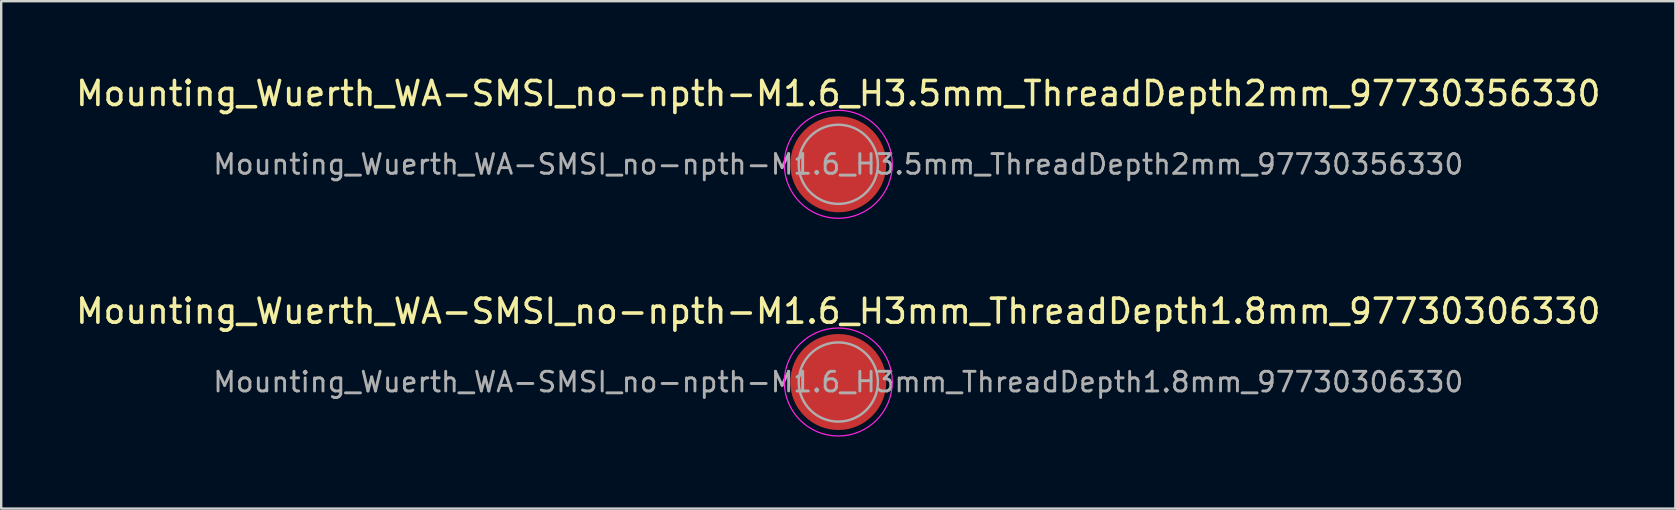
<source format=kicad_pcb>
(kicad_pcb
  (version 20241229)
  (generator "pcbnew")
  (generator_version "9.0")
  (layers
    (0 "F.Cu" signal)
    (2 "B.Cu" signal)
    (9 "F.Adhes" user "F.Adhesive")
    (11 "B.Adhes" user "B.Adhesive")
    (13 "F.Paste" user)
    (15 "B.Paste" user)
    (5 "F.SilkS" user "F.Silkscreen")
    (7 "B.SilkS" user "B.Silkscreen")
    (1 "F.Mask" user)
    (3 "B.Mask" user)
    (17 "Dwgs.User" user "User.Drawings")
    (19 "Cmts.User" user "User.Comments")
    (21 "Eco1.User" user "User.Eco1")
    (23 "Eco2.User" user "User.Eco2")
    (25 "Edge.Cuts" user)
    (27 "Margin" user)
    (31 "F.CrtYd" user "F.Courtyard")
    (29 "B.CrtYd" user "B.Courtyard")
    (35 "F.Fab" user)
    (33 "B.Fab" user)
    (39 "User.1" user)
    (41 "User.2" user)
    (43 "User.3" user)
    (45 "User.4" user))
  (footprint "Mounting_Wuerth_WA-SMSI_no-npth-M1.6_H3.5mm_ThreadDepth2mm_97730356330"
    (layer "F.Cu")
    (at 31.887 3.798)
    (property "Reference" "Mounting_Wuerth_WA-SMSI_no-npth-M1.6_H3.5mm_ThreadDepth2mm_97730356330" (at 0 -2.95 0) (layer "F.SilkS") (effects (font (size 1 1) (thickness 0.15))))
    (attr smd)
    (fp_circle (center 0 0) (end 2.25 0) (stroke (width 0.05) (type solid)) (fill no) (layer "F.CrtYd"))
    (fp_circle (center 0 0) (end 1.65 0) (stroke (width 0.1) (type solid)) (fill no) (layer "F.Fab"))
    (fp_text user "${REFERENCE}" (at 0 0 0) (layer "F.Fab") (effects (font (size 0.82 0.82) (thickness 0.12))))
    (pad "" smd custom (at -0.778 -0.778) (size 0.8 0.8) (layers "F.Paste") (options (anchor circle)) (primitives (gr_arc (start 0.465568 0.527817) (mid 0.494975 0.494974) (end 0.527818 0.465567) (width 0.2)) (gr_arc (start 0.344805 0.527817) (mid 0.424264 0.424264) (end 0.527818 0.344805) (width 0.2)) (gr_arc (start 0.232382 0.527817) (mid 0.353553 0.353553) (end 0.527817 0.232382) (width 0.2)) (gr_arc (start 0.123983 0.527817) (mid 0.282843 0.282842) (end 0.527818 0.123983) (width 0.2)) (gr_arc (start 0.017883 0.527817) (mid 0.212132 0.212132) (end 0.527817 0.017883) (width 0.2)) (gr_arc (start -0.086763 0.527817) (mid 0.141421 0.141421) (end 0.527817 -0.086763) (width 0.2)) (gr_arc (start -0.190428 0.527817) (mid 0.070711 0.070711) (end 0.527817 -0.190428) (width 0.2)) (gr_arc (start -0.293397 0.527817) (mid 0 0) (end 0.527817 -0.293397) (width 0.2)) (gr_arc (start -0.395852 0.527817) (mid -0.070711 -0.070711) (end 0.527817 -0.395852) (width 0.2)) (gr_arc (start -0.497918 0.527817) (mid -0.141422 -0.141422) (end 0.527817 -0.497918) (width 0.2)) (gr_arc (start -0.59968 0.527817) (mid -0.212132 -0.212132) (end 0.527817 -0.59968) (width 0.2)) (gr_arc (start -0.701202 0.527817) (mid -0.282843 -0.282843) (end 0.527817 -0.701202) (width 0.2)) (gr_arc (start -0.802531 0.527817) (mid -0.353554 -0.353554) (end 0.527817 -0.802531) (width 0.2)) (gr_arc (start -0.9037 0.527817) (mid -0.424264 -0.424264) (end 0.527817 -0.9037) (width 0.2)) (gr_arc (start -1.004737 0.527817) (mid -0.494975 -0.494975) (end 0.527817 -1.004737) (width 0.2)) (gr_line (start 0.528 0.466) (end 0.528 -1.005) (width 0.2)) (gr_line (start 0.466 0.528) (end -1.005 0.528) (width 0.2))))
    (pad "" smd custom (at -0.778 0.778) (size 0.8 0.8) (layers "F.Paste") (options (anchor circle)) (primitives (gr_arc (start 0.527817 -0.465568) (mid 0.494974 -0.494975) (end 0.465567 -0.527818) (width 0.2)) (gr_arc (start 0.527817 -0.344805) (mid 0.424264 -0.424264) (end 0.344805 -0.527818) (width 0.2)) (gr_arc (start 0.527817 -0.232382) (mid 0.353553 -0.353553) (end 0.232382 -0.527817) (width 0.2)) (gr_arc (start 0.527817 -0.123983) (mid 0.282842 -0.282843) (end 0.123983 -0.527818) (width 0.2)) (gr_arc (start 0.527817 -0.017883) (mid 0.212132 -0.212132) (end 0.017883 -0.527817) (width 0.2)) (gr_arc (start 0.527817 0.086763) (mid 0.141421 -0.141421) (end -0.086763 -0.527817) (width 0.2)) (gr_arc (start 0.527817 0.190428) (mid 0.070711 -0.070711) (end -0.190428 -0.527817) (width 0.2)) (gr_arc (start 0.527817 0.293397) (mid 0 0) (end -0.293397 -0.527817) (width 0.2)) (gr_arc (start 0.527817 0.395852) (mid -0.070711 0.070711) (end -0.395852 -0.527817) (width 0.2)) (gr_arc (start 0.527817 0.497918) (mid -0.141422 0.141422) (end -0.497918 -0.527817) (width 0.2)) (gr_arc (start 0.527817 0.59968) (mid -0.212132 0.212132) (end -0.59968 -0.527817) (width 0.2)) (gr_arc (start 0.527817 0.701202) (mid -0.282843 0.282843) (end -0.701202 -0.527817) (width 0.2)) (gr_arc (start 0.527817 0.802531) (mid -0.353554 0.353554) (end -0.802531 -0.527817) (width 0.2)) (gr_arc (start 0.527817 0.9037) (mid -0.424264 0.424264) (end -0.9037 -0.527817) (width 0.2)) (gr_arc (start 0.527817 1.004737) (mid -0.494975 0.494975) (end -1.004737 -0.527817) (width 0.2)) (gr_line (start 0.466 -0.528) (end -1.005 -0.528) (width 0.2)) (gr_line (start 0.528 -0.466) (end 0.528 1.005) (width 0.2))))
    (pad "" smd custom (at 0.778 -0.778) (size 0.8 0.8) (layers "F.Paste") (options (anchor circle)) (primitives (gr_arc (start -0.527817 0.465568) (mid -0.494974 0.494975) (end -0.465567 0.527818) (width 0.2)) (gr_arc (start -0.527817 0.344805) (mid -0.424264 0.424264) (end -0.344805 0.527818) (width 0.2)) (gr_arc (start -0.527817 0.232382) (mid -0.353553 0.353553) (end -0.232382 0.527817) (width 0.2)) (gr_arc (start -0.527817 0.123983) (mid -0.282842 0.282843) (end -0.123983 0.527818) (width 0.2)) (gr_arc (start -0.527817 0.017883) (mid -0.212132 0.212132) (end -0.017883 0.527817) (width 0.2)) (gr_arc (start -0.527817 -0.086763) (mid -0.141421 0.141421) (end 0.086763 0.527817) (width 0.2)) (gr_arc (start -0.527817 -0.190428) (mid -0.070711 0.070711) (end 0.190428 0.527817) (width 0.2)) (gr_arc (start -0.527817 -0.293397) (mid 0 0) (end 0.293397 0.527817) (width 0.2)) (gr_arc (start -0.527817 -0.395852) (mid 0.070711 -0.070711) (end 0.395852 0.527817) (width 0.2)) (gr_arc (start -0.527817 -0.497918) (mid 0.141422 -0.141422) (end 0.497918 0.527817) (width 0.2)) (gr_arc (start -0.527817 -0.59968) (mid 0.212132 -0.212132) (end 0.59968 0.527817) (width 0.2)) (gr_arc (start -0.527817 -0.701202) (mid 0.282843 -0.282843) (end 0.701202 0.527817) (width 0.2)) (gr_arc (start -0.527817 -0.802531) (mid 0.353554 -0.353554) (end 0.802531 0.527817) (width 0.2)) (gr_arc (start -0.527817 -0.9037) (mid 0.424264 -0.424264) (end 0.9037 0.527817) (width 0.2)) (gr_arc (start -0.527817 -1.004737) (mid 0.494975 -0.494975) (end 1.004737 0.527817) (width 0.2)) (gr_line (start -0.466 0.528) (end 1.005 0.528) (width 0.2)) (gr_line (start -0.528 0.466) (end -0.528 -1.005) (width 0.2))))
    (pad "" smd custom (at 0.778 0.778) (size 0.8 0.8) (layers "F.Paste") (options (anchor circle)) (primitives (gr_arc (start -0.465568 -0.527817) (mid -0.494975 -0.494974) (end -0.527818 -0.465567) (width 0.2)) (gr_arc (start -0.344805 -0.527817) (mid -0.424264 -0.424264) (end -0.527818 -0.344805) (width 0.2)) (gr_arc (start -0.232382 -0.527817) (mid -0.353553 -0.353553) (end -0.527817 -0.232382) (width 0.2)) (gr_arc (start -0.123983 -0.527817) (mid -0.282843 -0.282842) (end -0.527818 -0.123983) (width 0.2)) (gr_arc (start -0.017883 -0.527817) (mid -0.212132 -0.212132) (end -0.527817 -0.017883) (width 0.2)) (gr_arc (start 0.086763 -0.527817) (mid -0.141421 -0.141421) (end -0.527817 0.086763) (width 0.2)) (gr_arc (start 0.190428 -0.527817) (mid -0.070711 -0.070711) (end -0.527817 0.190428) (width 0.2)) (gr_arc (start 0.293397 -0.527817) (mid 0 0) (end -0.527817 0.293397) (width 0.2)) (gr_arc (start 0.395852 -0.527817) (mid 0.070711 0.070711) (end -0.527817 0.395852) (width 0.2)) (gr_arc (start 0.497918 -0.527817) (mid 0.141422 0.141422) (end -0.527817 0.497918) (width 0.2)) (gr_arc (start 0.59968 -0.527817) (mid 0.212132 0.212132) (end -0.527817 0.59968) (width 0.2)) (gr_arc (start 0.701202 -0.527817) (mid 0.282843 0.282843) (end -0.527817 0.701202) (width 0.2)) (gr_arc (start 0.802531 -0.527817) (mid 0.353554 0.353554) (end -0.527817 0.802531) (width 0.2)) (gr_arc (start 0.9037 -0.527817) (mid 0.424264 0.424264) (end -0.527817 0.9037) (width 0.2)) (gr_arc (start 1.004737 -0.527817) (mid 0.494975 0.494975) (end -0.527817 1.004737) (width 0.2)) (gr_line (start -0.528 -0.466) (end -0.528 1.005) (width 0.2)) (gr_line (start -0.466 -0.528) (end 1.005 -0.528) (width 0.2))))
    (pad "1" smd circle (at 0 0) (size 4 4) (layers "F.Cu" "F.Mask")))
  (footprint "Mounting_Wuerth_WA-SMSI_no-npth-M1.6_H3mm_ThreadDepth1.8mm_97730306330"
    (layer "F.Cu")
    (at 31.887 12.871)
    (property "Reference" "Mounting_Wuerth_WA-SMSI_no-npth-M1.6_H3mm_ThreadDepth1.8mm_97730306330" (at 0 -2.95 0) (layer "F.SilkS") (effects (font (size 1 1) (thickness 0.15))))
    (attr smd)
    (fp_circle (center 0 0) (end 2.25 0) (stroke (width 0.05) (type solid)) (fill no) (layer "F.CrtYd"))
    (fp_circle (center 0 0) (end 1.65 0) (stroke (width 0.1) (type solid)) (fill no) (layer "F.Fab"))
    (fp_text user "${REFERENCE}" (at 0 0 0) (layer "F.Fab") (effects (font (size 0.82 0.82) (thickness 0.12))))
    (pad "" smd custom (at -0.778 -0.778) (size 0.8 0.8) (layers "F.Paste") (options (anchor circle)) (primitives (gr_arc (start 0.465568 0.527817) (mid 0.494975 0.494974) (end 0.527818 0.465567) (width 0.2)) (gr_arc (start 0.344805 0.527817) (mid 0.424264 0.424264) (end 0.527818 0.344805) (width 0.2)) (gr_arc (start 0.232382 0.527817) (mid 0.353553 0.353553) (end 0.527817 0.232382) (width 0.2)) (gr_arc (start 0.123983 0.527817) (mid 0.282843 0.282842) (end 0.527818 0.123983) (width 0.2)) (gr_arc (start 0.017883 0.527817) (mid 0.212132 0.212132) (end 0.527817 0.017883) (width 0.2)) (gr_arc (start -0.086763 0.527817) (mid 0.141421 0.141421) (end 0.527817 -0.086763) (width 0.2)) (gr_arc (start -0.190428 0.527817) (mid 0.070711 0.070711) (end 0.527817 -0.190428) (width 0.2)) (gr_arc (start -0.293397 0.527817) (mid 0 0) (end 0.527817 -0.293397) (width 0.2)) (gr_arc (start -0.395852 0.527817) (mid -0.070711 -0.070711) (end 0.527817 -0.395852) (width 0.2)) (gr_arc (start -0.497918 0.527817) (mid -0.141422 -0.141422) (end 0.527817 -0.497918) (width 0.2)) (gr_arc (start -0.59968 0.527817) (mid -0.212132 -0.212132) (end 0.527817 -0.59968) (width 0.2)) (gr_arc (start -0.701202 0.527817) (mid -0.282843 -0.282843) (end 0.527817 -0.701202) (width 0.2)) (gr_arc (start -0.802531 0.527817) (mid -0.353554 -0.353554) (end 0.527817 -0.802531) (width 0.2)) (gr_arc (start -0.9037 0.527817) (mid -0.424264 -0.424264) (end 0.527817 -0.9037) (width 0.2)) (gr_arc (start -1.004737 0.527817) (mid -0.494975 -0.494975) (end 0.527817 -1.004737) (width 0.2)) (gr_line (start 0.528 0.466) (end 0.528 -1.005) (width 0.2)) (gr_line (start 0.466 0.528) (end -1.005 0.528) (width 0.2))))
    (pad "" smd custom (at -0.778 0.778) (size 0.8 0.8) (layers "F.Paste") (options (anchor circle)) (primitives (gr_arc (start 0.527817 -0.465568) (mid 0.494974 -0.494975) (end 0.465567 -0.527818) (width 0.2)) (gr_arc (start 0.527817 -0.344805) (mid 0.424264 -0.424264) (end 0.344805 -0.527818) (width 0.2)) (gr_arc (start 0.527817 -0.232382) (mid 0.353553 -0.353553) (end 0.232382 -0.527817) (width 0.2)) (gr_arc (start 0.527817 -0.123983) (mid 0.282842 -0.282843) (end 0.123983 -0.527818) (width 0.2)) (gr_arc (start 0.527817 -0.017883) (mid 0.212132 -0.212132) (end 0.017883 -0.527817) (width 0.2)) (gr_arc (start 0.527817 0.086763) (mid 0.141421 -0.141421) (end -0.086763 -0.527817) (width 0.2)) (gr_arc (start 0.527817 0.190428) (mid 0.070711 -0.070711) (end -0.190428 -0.527817) (width 0.2)) (gr_arc (start 0.527817 0.293397) (mid 0 0) (end -0.293397 -0.527817) (width 0.2)) (gr_arc (start 0.527817 0.395852) (mid -0.070711 0.070711) (end -0.395852 -0.527817) (width 0.2)) (gr_arc (start 0.527817 0.497918) (mid -0.141422 0.141422) (end -0.497918 -0.527817) (width 0.2)) (gr_arc (start 0.527817 0.59968) (mid -0.212132 0.212132) (end -0.59968 -0.527817) (width 0.2)) (gr_arc (start 0.527817 0.701202) (mid -0.282843 0.282843) (end -0.701202 -0.527817) (width 0.2)) (gr_arc (start 0.527817 0.802531) (mid -0.353554 0.353554) (end -0.802531 -0.527817) (width 0.2)) (gr_arc (start 0.527817 0.9037) (mid -0.424264 0.424264) (end -0.9037 -0.527817) (width 0.2)) (gr_arc (start 0.527817 1.004737) (mid -0.494975 0.494975) (end -1.004737 -0.527817) (width 0.2)) (gr_line (start 0.466 -0.528) (end -1.005 -0.528) (width 0.2)) (gr_line (start 0.528 -0.466) (end 0.528 1.005) (width 0.2))))
    (pad "" smd custom (at 0.778 -0.778) (size 0.8 0.8) (layers "F.Paste") (options (anchor circle)) (primitives (gr_arc (start -0.527817 0.465568) (mid -0.494974 0.494975) (end -0.465567 0.527818) (width 0.2)) (gr_arc (start -0.527817 0.344805) (mid -0.424264 0.424264) (end -0.344805 0.527818) (width 0.2)) (gr_arc (start -0.527817 0.232382) (mid -0.353553 0.353553) (end -0.232382 0.527817) (width 0.2)) (gr_arc (start -0.527817 0.123983) (mid -0.282842 0.282843) (end -0.123983 0.527818) (width 0.2)) (gr_arc (start -0.527817 0.017883) (mid -0.212132 0.212132) (end -0.017883 0.527817) (width 0.2)) (gr_arc (start -0.527817 -0.086763) (mid -0.141421 0.141421) (end 0.086763 0.527817) (width 0.2)) (gr_arc (start -0.527817 -0.190428) (mid -0.070711 0.070711) (end 0.190428 0.527817) (width 0.2)) (gr_arc (start -0.527817 -0.293397) (mid 0 0) (end 0.293397 0.527817) (width 0.2)) (gr_arc (start -0.527817 -0.395852) (mid 0.070711 -0.070711) (end 0.395852 0.527817) (width 0.2)) (gr_arc (start -0.527817 -0.497918) (mid 0.141422 -0.141422) (end 0.497918 0.527817) (width 0.2)) (gr_arc (start -0.527817 -0.59968) (mid 0.212132 -0.212132) (end 0.59968 0.527817) (width 0.2)) (gr_arc (start -0.527817 -0.701202) (mid 0.282843 -0.282843) (end 0.701202 0.527817) (width 0.2)) (gr_arc (start -0.527817 -0.802531) (mid 0.353554 -0.353554) (end 0.802531 0.527817) (width 0.2)) (gr_arc (start -0.527817 -0.9037) (mid 0.424264 -0.424264) (end 0.9037 0.527817) (width 0.2)) (gr_arc (start -0.527817 -1.004737) (mid 0.494975 -0.494975) (end 1.004737 0.527817) (width 0.2)) (gr_line (start -0.466 0.528) (end 1.005 0.528) (width 0.2)) (gr_line (start -0.528 0.466) (end -0.528 -1.005) (width 0.2))))
    (pad "" smd custom (at 0.778 0.778) (size 0.8 0.8) (layers "F.Paste") (options (anchor circle)) (primitives (gr_arc (start -0.465568 -0.527817) (mid -0.494975 -0.494974) (end -0.527818 -0.465567) (width 0.2)) (gr_arc (start -0.344805 -0.527817) (mid -0.424264 -0.424264) (end -0.527818 -0.344805) (width 0.2)) (gr_arc (start -0.232382 -0.527817) (mid -0.353553 -0.353553) (end -0.527817 -0.232382) (width 0.2)) (gr_arc (start -0.123983 -0.527817) (mid -0.282843 -0.282842) (end -0.527818 -0.123983) (width 0.2)) (gr_arc (start -0.017883 -0.527817) (mid -0.212132 -0.212132) (end -0.527817 -0.017883) (width 0.2)) (gr_arc (start 0.086763 -0.527817) (mid -0.141421 -0.141421) (end -0.527817 0.086763) (width 0.2)) (gr_arc (start 0.190428 -0.527817) (mid -0.070711 -0.070711) (end -0.527817 0.190428) (width 0.2)) (gr_arc (start 0.293397 -0.527817) (mid 0 0) (end -0.527817 0.293397) (width 0.2)) (gr_arc (start 0.395852 -0.527817) (mid 0.070711 0.070711) (end -0.527817 0.395852) (width 0.2)) (gr_arc (start 0.497918 -0.527817) (mid 0.141422 0.141422) (end -0.527817 0.497918) (width 0.2)) (gr_arc (start 0.59968 -0.527817) (mid 0.212132 0.212132) (end -0.527817 0.59968) (width 0.2)) (gr_arc (start 0.701202 -0.527817) (mid 0.282843 0.282843) (end -0.527817 0.701202) (width 0.2)) (gr_arc (start 0.802531 -0.527817) (mid 0.353554 0.353554) (end -0.527817 0.802531) (width 0.2)) (gr_arc (start 0.9037 -0.527817) (mid 0.424264 0.424264) (end -0.527817 0.9037) (width 0.2)) (gr_arc (start 1.004737 -0.527817) (mid 0.494975 0.494975) (end -0.527817 1.004737) (width 0.2)) (gr_line (start -0.528 -0.466) (end -0.528 1.005) (width 0.2)) (gr_line (start -0.466 -0.528) (end 1.005 -0.528) (width 0.2))))
    (pad "1" smd circle (at 0 0) (size 4 4) (layers "F.Cu" "F.Mask")))
  (gr_rect
    (start -3 -3)
    (end 66.774 18.146)
    (stroke (width 0.1) (type default))
    (fill no)
    (layer "Edge.Cuts")))
</source>
